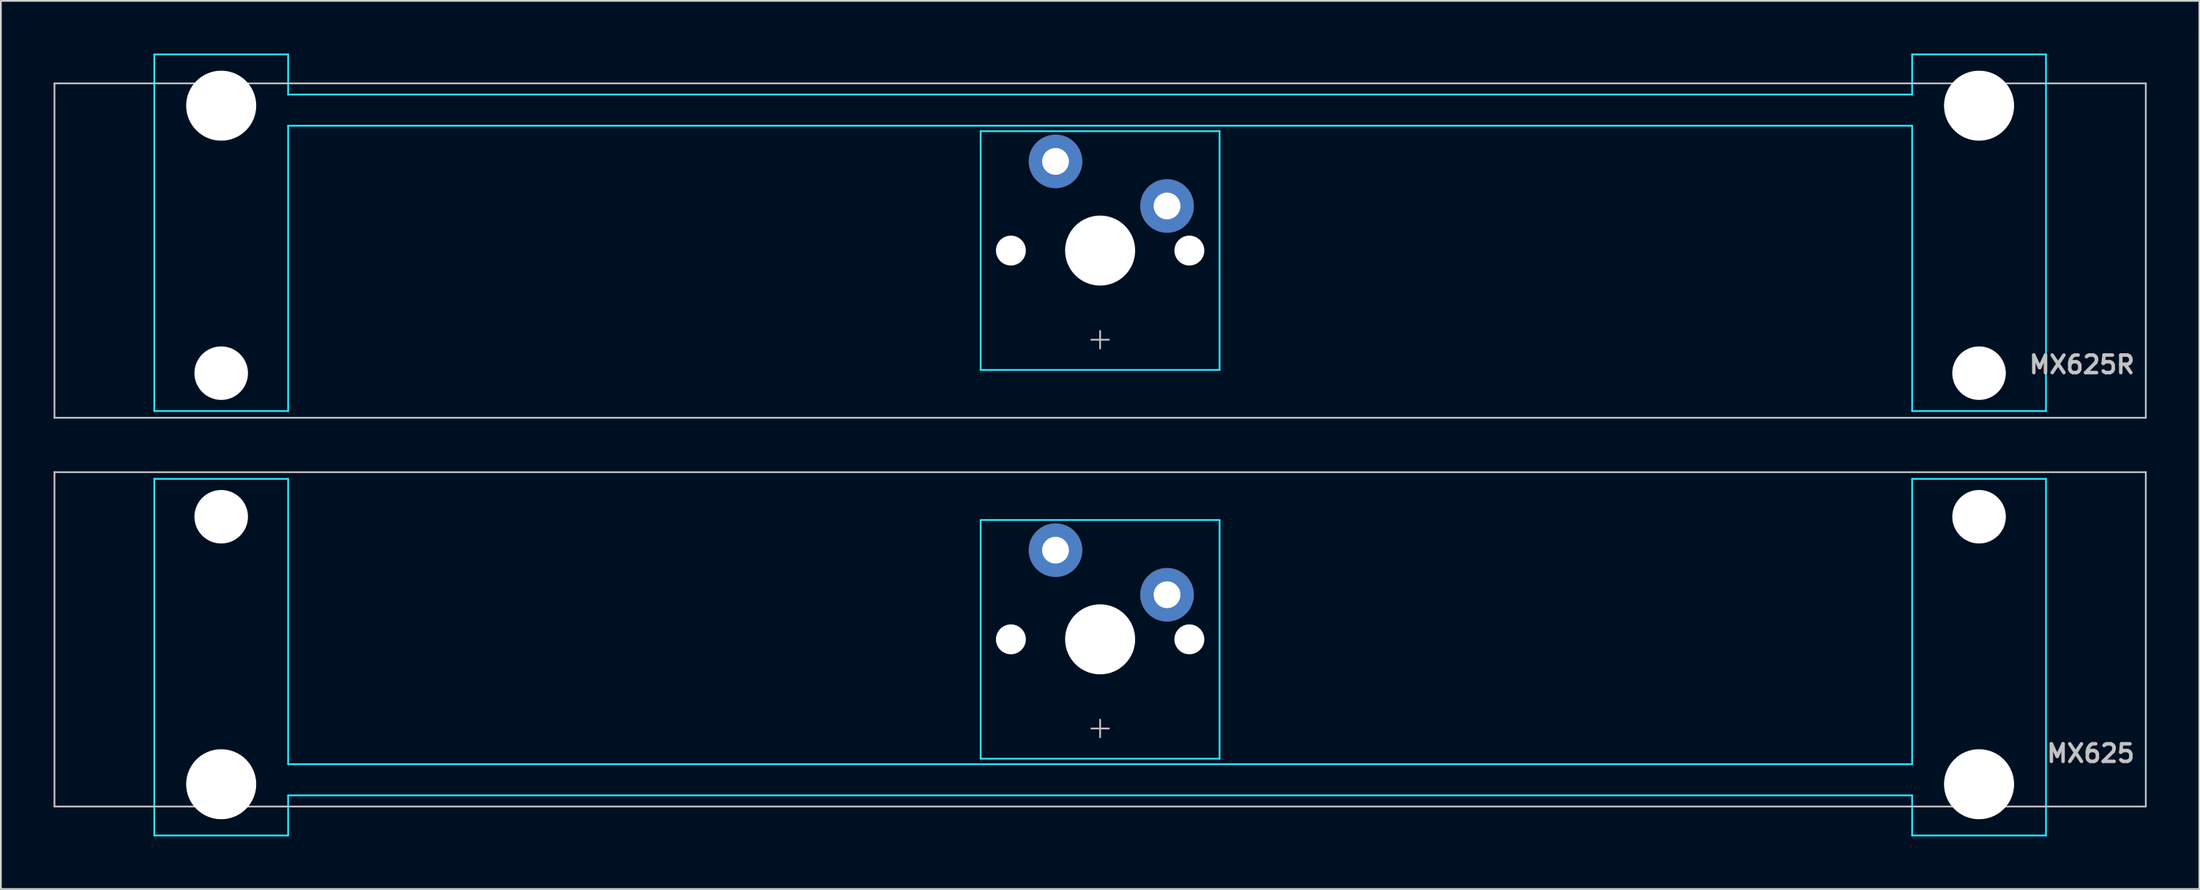
<source format=kicad_pcb>
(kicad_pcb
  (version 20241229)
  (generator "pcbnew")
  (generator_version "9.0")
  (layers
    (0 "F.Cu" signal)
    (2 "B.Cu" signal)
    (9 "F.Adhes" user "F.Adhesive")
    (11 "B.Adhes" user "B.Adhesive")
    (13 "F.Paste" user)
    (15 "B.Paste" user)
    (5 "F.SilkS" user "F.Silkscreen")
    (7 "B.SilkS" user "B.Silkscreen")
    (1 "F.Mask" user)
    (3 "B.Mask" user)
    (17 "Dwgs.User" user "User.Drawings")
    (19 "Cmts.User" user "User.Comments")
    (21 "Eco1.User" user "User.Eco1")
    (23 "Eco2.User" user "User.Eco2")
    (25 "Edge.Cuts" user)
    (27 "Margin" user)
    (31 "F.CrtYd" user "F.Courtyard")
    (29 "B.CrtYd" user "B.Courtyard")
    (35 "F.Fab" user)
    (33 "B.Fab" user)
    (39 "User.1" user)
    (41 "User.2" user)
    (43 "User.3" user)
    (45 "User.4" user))
  (footprint "MX625"
    (layer "F.Cu")
    (at 59.581 33.376)
    (property "Reference" "MX625" (at 59 6.5 0) (layer "Dwgs.User") (effects (font (size 1 1) (thickness 0.2)) (justify right)))
    (attr through_hole)
    (fp_line (start -59.531 -9.525) (end -59.531 9.525) (stroke (width 0.1) (type solid)) (layer "Dwgs.User"))
    (fp_line (start -59.531 -9.525) (end 59.531 -9.525) (stroke (width 0.1) (type solid)) (layer "Dwgs.User"))
    (fp_line (start -59.531 9.525) (end 59.531 9.525) (stroke (width 0.1) (type solid)) (layer "Dwgs.User"))
    (fp_line (start -0.5 5.08) (end 0.5 5.08) (stroke (width 0.1) (type solid)) (layer "Dwgs.User"))
    (fp_line (start 0 5.58) (end 0 4.58) (stroke (width 0.1) (type solid)) (layer "Dwgs.User"))
    (fp_line (start 59.531 -9.525) (end 59.531 9.525) (stroke (width 0.1) (type solid)) (layer "Dwgs.User"))
    (fp_line (start -53.538 -5.485) (end -53.538 8.515) (stroke (width 0.1) (type solid)) (layer "Eco1.User"))
    (fp_line (start -53.038 -5.985) (end -47.038 -5.985) (stroke (width 0.1) (type solid)) (layer "Eco1.User"))
    (fp_line (start -47.038 9.015) (end -53.038 9.015) (stroke (width 0.1) (type solid)) (layer "Eco1.User"))
    (fp_line (start -46.538 8.515) (end -46.538 -5.485) (stroke (width 0.1) (type solid)) (layer "Eco1.User"))
    (fp_line (start -7 -6.5) (end -7 6.5) (stroke (width 0.1) (type solid)) (layer "Eco1.User"))
    (fp_line (start -6.5 7) (end 6.5 7) (stroke (width 0.1) (type solid)) (layer "Eco1.User"))
    (fp_line (start 6.5 -7) (end -6.5 -7) (stroke (width 0.1) (type solid)) (layer "Eco1.User"))
    (fp_line (start 7 6.5) (end 7 -6.5) (stroke (width 0.1) (type solid)) (layer "Eco1.User"))
    (fp_line (start 46.538 -5.485) (end 46.538 8.515) (stroke (width 0.1) (type solid)) (layer "Eco1.User"))
    (fp_line (start 47.038 -5.985) (end 53.038 -5.985) (stroke (width 0.1) (type solid)) (layer "Eco1.User"))
    (fp_line (start 53.038 9.015) (end 47.038 9.015) (stroke (width 0.1) (type solid)) (layer "Eco1.User"))
    (fp_line (start 53.538 8.515) (end 53.538 -5.485) (stroke (width 0.1) (type solid)) (layer "Eco1.User"))
    (fp_arc (start -53.538 -5.485) (mid -53.391553 -5.838553) (end -53.038 -5.985) (stroke (width 0.1) (type solid)) (layer "Eco1.User"))
    (fp_arc (start -53.038 9.015) (mid -53.391553 8.868553) (end -53.538 8.515) (stroke (width 0.1) (type solid)) (layer "Eco1.User"))
    (fp_arc (start -47.038 -5.985) (mid -46.684447 -5.838553) (end -46.538 -5.485) (stroke (width 0.1) (type solid)) (layer "Eco1.User"))
    (fp_arc (start -46.538 8.515) (mid -46.684447 8.868553) (end -47.038 9.015) (stroke (width 0.1) (type solid)) (layer "Eco1.User"))
    (fp_arc (start -7 -6.5) (mid -6.853553 -6.853553) (end -6.5 -7) (stroke (width 0.1) (type solid)) (layer "Eco1.User"))
    (fp_arc (start -6.5 7) (mid -6.853553 6.853553) (end -7 6.5) (stroke (width 0.1) (type solid)) (layer "Eco1.User"))
    (fp_arc (start 6.5 -7) (mid 6.853553 -6.853553) (end 7 -6.5) (stroke (width 0.1) (type solid)) (layer "Eco1.User"))
    (fp_arc (start 7 6.5) (mid 6.853553 6.853553) (end 6.5 7) (stroke (width 0.1) (type solid)) (layer "Eco1.User"))
    (fp_arc (start 46.538 -5.485) (mid 46.684447 -5.838553) (end 47.038 -5.985) (stroke (width 0.1) (type solid)) (layer "Eco1.User"))
    (fp_arc (start 47.038 9.015) (mid 46.684447 8.868553) (end 46.538 8.515) (stroke (width 0.1) (type solid)) (layer "Eco1.User"))
    (fp_arc (start 53.038 -5.985) (mid 53.391553 -5.838553) (end 53.538 -5.485) (stroke (width 0.1) (type solid)) (layer "Eco1.User"))
    (fp_arc (start 53.538 8.515) (mid 53.391553 8.868553) (end 53.038 9.015) (stroke (width 0.1) (type solid)) (layer "Eco1.User"))
    (fp_line (start -53.848 -9.144) (end -53.848 11.176) (stroke (width 0.1) (type solid)) (layer "B.CrtYd"))
    (fp_line (start -53.848 -9.144) (end -46.228 -9.144) (stroke (width 0.1) (type solid)) (layer "B.CrtYd"))
    (fp_line (start -53.848 11.176) (end -46.228 11.176) (stroke (width 0.1) (type solid)) (layer "B.CrtYd"))
    (fp_line (start -46.228 7.112) (end -46.228 -9.144) (stroke (width 0.1) (type solid)) (layer "B.CrtYd"))
    (fp_line (start -46.228 7.112) (end 46.228 7.112) (stroke (width 0.1) (type solid)) (layer "B.CrtYd"))
    (fp_line (start -46.228 8.89) (end -46.228 11.176) (stroke (width 0.1) (type solid)) (layer "B.CrtYd"))
    (fp_line (start -46.228 8.89) (end 46.228 8.89) (stroke (width 0.1) (type solid)) (layer "B.CrtYd"))
    (fp_line (start -6.8 -6.8) (end -6.8 6.8) (stroke (width 0.1) (type solid)) (layer "B.CrtYd"))
    (fp_line (start -6.8 -6.8) (end 6.8 -6.8) (stroke (width 0.1) (type solid)) (layer "B.CrtYd"))
    (fp_line (start -6.8 6.8) (end 6.8 6.8) (stroke (width 0.1) (type solid)) (layer "B.CrtYd"))
    (fp_line (start 6.8 6.8) (end 6.8 -6.8) (stroke (width 0.1) (type solid)) (layer "B.CrtYd"))
    (fp_line (start 46.228 -9.144) (end 53.848 -9.144) (stroke (width 0.1) (type solid)) (layer "B.CrtYd"))
    (fp_line (start 46.228 7.112) (end 46.228 -9.144) (stroke (width 0.1) (type solid)) (layer "B.CrtYd"))
    (fp_line (start 46.228 8.89) (end 46.228 11.176) (stroke (width 0.1) (type solid)) (layer "B.CrtYd"))
    (fp_line (start 46.228 11.176) (end 53.848 11.176) (stroke (width 0.1) (type solid)) (layer "B.CrtYd"))
    (fp_line (start 53.848 -9.144) (end 53.848 11.176) (stroke (width 0.1) (type solid)) (layer "B.CrtYd"))
    (pad "" np_thru_hole circle (at -50.038 -6.985 180) (size 3.048 3.048) (drill 3.048) (layers "*.Cu" "*.Mask"))
    (pad "" smd circle (at -50.038 -6.985) (size 3.988 3.988) (layers "F.Mask"))
    (pad "" np_thru_hole circle (at -50.038 8.255 180) (size 3.988 3.988) (drill 3.988) (layers "*.Cu" "*.Mask"))
    (pad "" np_thru_hole circle (at -5.08 0) (size 1.702 1.702) (drill 1.702) (layers "*.Cu" "*.Mask"))
    (pad "" np_thru_hole circle (at 0 0) (size 3.988 3.988) (drill 3.988) (layers "*.Cu" "*.Mask"))
    (pad "" np_thru_hole circle (at 5.08 0) (size 1.702 1.702) (drill 1.702) (layers "*.Cu" "*.Mask"))
    (pad "" np_thru_hole circle (at 50.038 -6.985 180) (size 3.048 3.048) (drill 3.048) (layers "*.Cu" "*.Mask"))
    (pad "" smd circle (at 50.038 -6.985) (size 3.988 3.988) (layers "F.Mask"))
    (pad "" np_thru_hole circle (at 50.038 8.255 180) (size 3.988 3.988) (drill 3.988) (layers "*.Cu" "*.Mask"))
    (pad "1" thru_hole circle (at -2.54 -5.08) (size 3.048 3.048) (drill 1.524) (layers "*.Cu" "*.Mask"))
    (pad "2" thru_hole circle (at 3.81 -2.54) (size 3.048 3.048) (drill 1.524) (layers "*.Cu" "*.Mask")))
  (footprint "MX625R"
    (layer "F.Cu")
    (at 59.581 11.226)
    (property "Reference" "MX625R" (at 59 6.5 0) (layer "Dwgs.User") (effects (font (size 1 1) (thickness 0.2)) (justify right)))
    (attr through_hole)
    (fp_line (start -59.531 -9.525) (end -59.531 9.525) (stroke (width 0.1) (type solid)) (layer "Dwgs.User"))
    (fp_line (start -59.531 -9.525) (end 59.531 -9.525) (stroke (width 0.1) (type solid)) (layer "Dwgs.User"))
    (fp_line (start -59.531 9.525) (end 59.531 9.525) (stroke (width 0.1) (type solid)) (layer "Dwgs.User"))
    (fp_line (start -0.5 5.08) (end 0.5 5.08) (stroke (width 0.1) (type solid)) (layer "Dwgs.User"))
    (fp_line (start 0 5.58) (end 0 4.58) (stroke (width 0.1) (type solid)) (layer "Dwgs.User"))
    (fp_line (start 59.531 -9.525) (end 59.531 9.525) (stroke (width 0.1) (type solid)) (layer "Dwgs.User"))
    (fp_line (start -53.538 -8.515) (end -53.538 5.485) (stroke (width 0.1) (type solid)) (layer "Eco1.User"))
    (fp_line (start -53.038 -9.015) (end -47.038 -9.015) (stroke (width 0.1) (type solid)) (layer "Eco1.User"))
    (fp_line (start -47.038 5.985) (end -53.038 5.985) (stroke (width 0.1) (type solid)) (layer "Eco1.User"))
    (fp_line (start -46.538 5.485) (end -46.538 -8.515) (stroke (width 0.1) (type solid)) (layer "Eco1.User"))
    (fp_line (start -7 -6.5) (end -7 6.5) (stroke (width 0.1) (type solid)) (layer "Eco1.User"))
    (fp_line (start -6.5 7) (end 6.5 7) (stroke (width 0.1) (type solid)) (layer "Eco1.User"))
    (fp_line (start 6.5 -7) (end -6.5 -7) (stroke (width 0.1) (type solid)) (layer "Eco1.User"))
    (fp_line (start 7 6.5) (end 7 -6.5) (stroke (width 0.1) (type solid)) (layer "Eco1.User"))
    (fp_line (start 46.538 -8.515) (end 46.538 5.485) (stroke (width 0.1) (type solid)) (layer "Eco1.User"))
    (fp_line (start 47.038 -9.015) (end 53.038 -9.015) (stroke (width 0.1) (type solid)) (layer "Eco1.User"))
    (fp_line (start 53.038 5.985) (end 47.038 5.985) (stroke (width 0.1) (type solid)) (layer "Eco1.User"))
    (fp_line (start 53.538 5.485) (end 53.538 -8.515) (stroke (width 0.1) (type solid)) (layer "Eco1.User"))
    (fp_arc (start -53.538 -8.515) (mid -53.391553 -8.868553) (end -53.038 -9.015) (stroke (width 0.1) (type solid)) (layer "Eco1.User"))
    (fp_arc (start -53.038 5.985) (mid -53.391553 5.838553) (end -53.538 5.485) (stroke (width 0.1) (type solid)) (layer "Eco1.User"))
    (fp_arc (start -47.038 -9.015) (mid -46.684447 -8.868553) (end -46.538 -8.515) (stroke (width 0.1) (type solid)) (layer "Eco1.User"))
    (fp_arc (start -46.538 5.485) (mid -46.684447 5.838553) (end -47.038 5.985) (stroke (width 0.1) (type solid)) (layer "Eco1.User"))
    (fp_arc (start -7 -6.5) (mid -6.853553 -6.853553) (end -6.5 -7) (stroke (width 0.1) (type solid)) (layer "Eco1.User"))
    (fp_arc (start -6.5 7) (mid -6.853553 6.853553) (end -7 6.5) (stroke (width 0.1) (type solid)) (layer "Eco1.User"))
    (fp_arc (start 6.5 -7) (mid 6.853553 -6.853553) (end 7 -6.5) (stroke (width 0.1) (type solid)) (layer "Eco1.User"))
    (fp_arc (start 7 6.5) (mid 6.853553 6.853553) (end 6.5 7) (stroke (width 0.1) (type solid)) (layer "Eco1.User"))
    (fp_arc (start 46.538 -8.515) (mid 46.684447 -8.868553) (end 47.038 -9.015) (stroke (width 0.1) (type solid)) (layer "Eco1.User"))
    (fp_arc (start 47.038 5.985) (mid 46.684447 5.838553) (end 46.538 5.485) (stroke (width 0.1) (type solid)) (layer "Eco1.User"))
    (fp_arc (start 53.038 -9.015) (mid 53.391553 -8.868553) (end 53.538 -8.515) (stroke (width 0.1) (type solid)) (layer "Eco1.User"))
    (fp_arc (start 53.538 5.485) (mid 53.391553 5.838553) (end 53.038 5.985) (stroke (width 0.1) (type solid)) (layer "Eco1.User"))
    (fp_line (start -53.848 9.144) (end -53.848 -11.176) (stroke (width 0.1) (type solid)) (layer "B.CrtYd"))
    (fp_line (start -46.228 -11.176) (end -53.848 -11.176) (stroke (width 0.1) (type solid)) (layer "B.CrtYd"))
    (fp_line (start -46.228 -8.89) (end -46.228 -11.176) (stroke (width 0.1) (type solid)) (layer "B.CrtYd"))
    (fp_line (start -46.228 -7.112) (end -46.228 9.144) (stroke (width 0.1) (type solid)) (layer "B.CrtYd"))
    (fp_line (start -46.228 9.144) (end -53.848 9.144) (stroke (width 0.1) (type solid)) (layer "B.CrtYd"))
    (fp_line (start -6.8 -6.8) (end -6.8 6.8) (stroke (width 0.1) (type solid)) (layer "B.CrtYd"))
    (fp_line (start -6.8 -6.8) (end 6.8 -6.8) (stroke (width 0.1) (type solid)) (layer "B.CrtYd"))
    (fp_line (start -6.8 6.8) (end 6.8 6.8) (stroke (width 0.1) (type solid)) (layer "B.CrtYd"))
    (fp_line (start 6.8 6.8) (end 6.8 -6.8) (stroke (width 0.1) (type solid)) (layer "B.CrtYd"))
    (fp_line (start 46.228 -8.89) (end -46.228 -8.89) (stroke (width 0.1) (type solid)) (layer "B.CrtYd"))
    (fp_line (start 46.228 -8.89) (end 46.228 -11.176) (stroke (width 0.1) (type solid)) (layer "B.CrtYd"))
    (fp_line (start 46.228 -7.112) (end -46.228 -7.112) (stroke (width 0.1) (type solid)) (layer "B.CrtYd"))
    (fp_line (start 46.228 -7.112) (end 46.228 9.144) (stroke (width 0.1) (type solid)) (layer "B.CrtYd"))
    (fp_line (start 53.848 -11.176) (end 46.228 -11.176) (stroke (width 0.1) (type solid)) (layer "B.CrtYd"))
    (fp_line (start 53.848 9.144) (end 46.228 9.144) (stroke (width 0.1) (type solid)) (layer "B.CrtYd"))
    (fp_line (start 53.848 9.144) (end 53.848 -11.176) (stroke (width 0.1) (type solid)) (layer "B.CrtYd"))
    (pad "" np_thru_hole circle (at -50.038 -8.255) (size 3.988 3.988) (drill 3.988) (layers "*.Cu" "*.Mask"))
    (pad "" np_thru_hole circle (at -50.038 6.985) (size 3.048 3.048) (drill 3.048) (layers "*.Cu" "*.Mask"))
    (pad "" smd circle (at -50.038 6.985) (size 3.988 3.988) (layers "F.Mask"))
    (pad "" np_thru_hole circle (at -5.08 0) (size 1.702 1.702) (drill 1.702) (layers "*.Cu" "*.Mask"))
    (pad "" np_thru_hole circle (at 0 0) (size 3.988 3.988) (drill 3.988) (layers "*.Cu" "*.Mask"))
    (pad "" np_thru_hole circle (at 5.08 0) (size 1.702 1.702) (drill 1.702) (layers "*.Cu" "*.Mask"))
    (pad "" np_thru_hole circle (at 50.038 -8.255) (size 3.988 3.988) (drill 3.988) (layers "*.Cu" "*.Mask"))
    (pad "" np_thru_hole circle (at 50.038 6.985) (size 3.048 3.048) (drill 3.048) (layers "*.Cu" "*.Mask"))
    (pad "" smd circle (at 50.038 6.985) (size 3.988 3.988) (layers "F.Mask"))
    (pad "1" thru_hole circle (at -2.54 -5.08) (size 3.048 3.048) (drill 1.524) (layers "*.Cu" "*.Mask"))
    (pad "2" thru_hole circle (at 3.81 -2.54) (size 3.048 3.048) (drill 1.524) (layers "*.Cu" "*.Mask")))
  (gr_rect
    (start -3 -3)
    (end 122.162 47.602)
    (stroke (width 0.1) (type default))
    (fill no)
    (layer "Edge.Cuts")))
</source>
